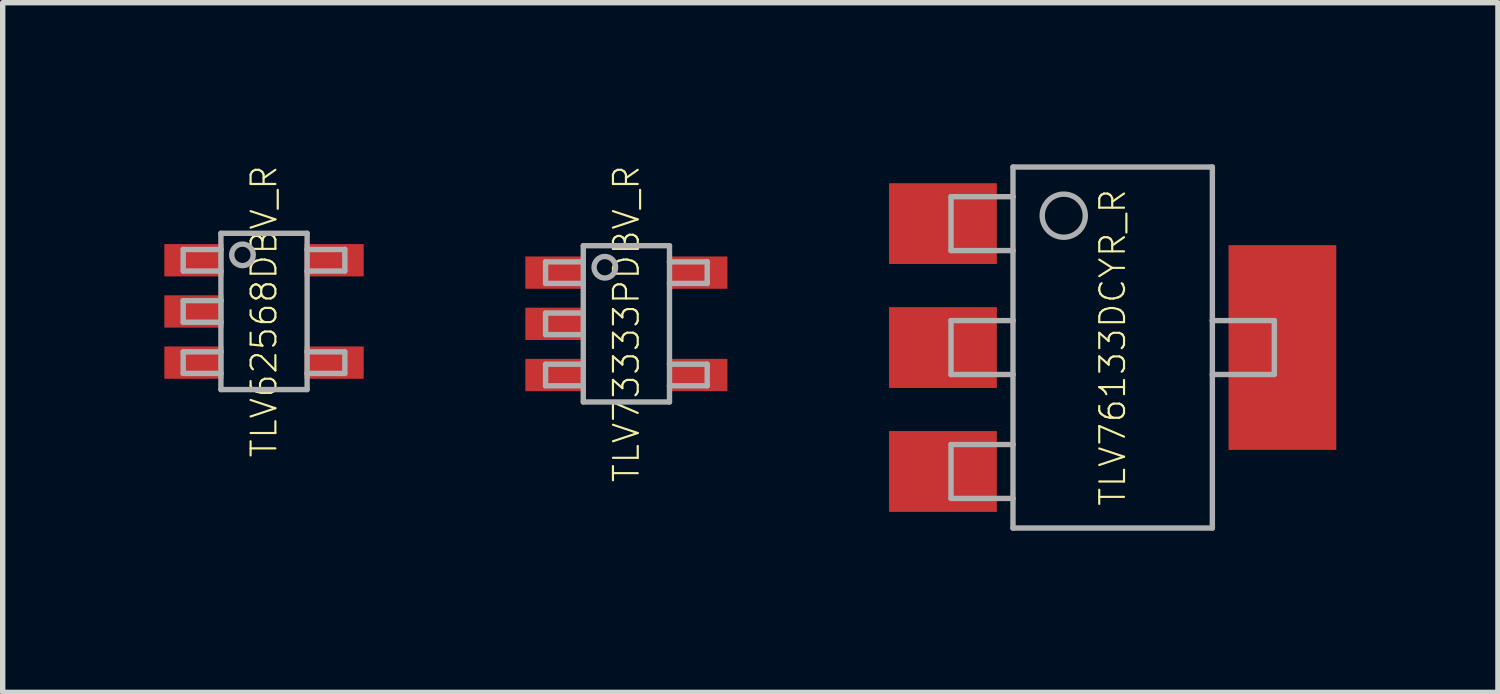
<source format=kicad_pcb>
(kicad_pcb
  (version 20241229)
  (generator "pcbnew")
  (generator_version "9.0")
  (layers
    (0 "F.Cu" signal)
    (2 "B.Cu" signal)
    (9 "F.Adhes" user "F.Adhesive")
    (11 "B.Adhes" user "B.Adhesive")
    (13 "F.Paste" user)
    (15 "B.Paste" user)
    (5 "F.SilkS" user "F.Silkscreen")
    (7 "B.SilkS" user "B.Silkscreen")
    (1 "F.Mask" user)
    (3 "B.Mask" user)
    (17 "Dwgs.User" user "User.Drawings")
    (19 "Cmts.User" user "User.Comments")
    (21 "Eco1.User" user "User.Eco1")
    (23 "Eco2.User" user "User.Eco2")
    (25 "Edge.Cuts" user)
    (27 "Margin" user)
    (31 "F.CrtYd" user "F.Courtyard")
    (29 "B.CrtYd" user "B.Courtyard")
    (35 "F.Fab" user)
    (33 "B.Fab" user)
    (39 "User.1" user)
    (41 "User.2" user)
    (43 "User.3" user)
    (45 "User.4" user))
  (footprint "TLV76133DCYR_R"
    (layer "F.Cu")
    (at 17.6 3.4)
    (property "Reference" "TLV76133DCYR_R" (at 0 0 90) (unlocked yes) (layer "F.SilkS") (effects (font (size 0.46 0.46) (thickness 0.04))))
    (fp_poly (pts (xy -2.15 -1.55) (xy -4.15 -1.55) (xy -4.15 -3.05) (xy -2.15 -3.05)) (stroke (width 0) (type default)) (fill yes) (layer "F.Paste"))
    (fp_poly (pts (xy -2.15 0.75) (xy -4.15 0.75) (xy -4.15 -0.75) (xy -2.15 -0.75)) (stroke (width 0) (type default)) (fill yes) (layer "F.Paste"))
    (fp_poly (pts (xy -2.15 3.05) (xy -4.15 3.05) (xy -4.15 1.55) (xy -2.15 1.55)) (stroke (width 0) (type default)) (fill yes) (layer "F.Paste"))
    (fp_poly (pts (xy 4.15 1.9) (xy 2.15 1.9) (xy 2.15 -1.9) (xy 4.15 -1.9)) (stroke (width 0) (type default)) (fill yes) (layer "F.Paste"))
    (fp_line (start -3 -2.8) (end -3 -1.8) (stroke (width 0.1) (type solid)) (layer "F.Fab"))
    (fp_line (start -3 -1.8) (end -1.85 -1.8) (stroke (width 0.1) (type solid)) (layer "F.Fab"))
    (fp_line (start -3 -0.5) (end -3 0.5) (stroke (width 0.1) (type solid)) (layer "F.Fab"))
    (fp_line (start -3 1.8) (end -3 2.8) (stroke (width 0.1) (type solid)) (layer "F.Fab"))
    (fp_line (start -1.85 -3.35) (end 1.85 -3.35) (stroke (width 0.1) (type solid)) (layer "F.Fab"))
    (fp_line (start -1.85 -2.8) (end -3 -2.8) (stroke (width 0.1) (type solid)) (layer "F.Fab"))
    (fp_line (start -1.85 -2.8) (end -1.85 -3.35) (stroke (width 0.1) (type solid)) (layer "F.Fab"))
    (fp_line (start -1.85 -1.8) (end -1.85 -2.8) (stroke (width 0.1) (type solid)) (layer "F.Fab"))
    (fp_line (start -1.85 -0.5) (end -3 -0.5) (stroke (width 0.1) (type solid)) (layer "F.Fab"))
    (fp_line (start -1.85 -0.5) (end -1.85 -1.8) (stroke (width 0.1) (type solid)) (layer "F.Fab"))
    (fp_line (start -1.85 0.5) (end -3 0.5) (stroke (width 0.1) (type solid)) (layer "F.Fab"))
    (fp_line (start -1.85 0.5) (end -1.85 -0.5) (stroke (width 0.1) (type solid)) (layer "F.Fab"))
    (fp_line (start -1.85 1.8) (end -3 1.8) (stroke (width 0.1) (type solid)) (layer "F.Fab"))
    (fp_line (start -1.85 1.8) (end -1.85 0.5) (stroke (width 0.1) (type solid)) (layer "F.Fab"))
    (fp_line (start -1.85 2.8) (end -3 2.8) (stroke (width 0.1) (type solid)) (layer "F.Fab"))
    (fp_line (start -1.85 2.8) (end -1.85 1.8) (stroke (width 0.1) (type solid)) (layer "F.Fab"))
    (fp_line (start -1.85 3.35) (end -1.85 2.8) (stroke (width 0.1) (type solid)) (layer "F.Fab"))
    (fp_line (start 1.85 -3.35) (end 1.85 -0.5) (stroke (width 0.1) (type solid)) (layer "F.Fab"))
    (fp_line (start 1.85 -0.5) (end 1.85 0.5) (stroke (width 0.1) (type solid)) (layer "F.Fab"))
    (fp_line (start 1.85 0.5) (end 1.85 3.35) (stroke (width 0.1) (type solid)) (layer "F.Fab"))
    (fp_line (start 1.85 3.35) (end -1.85 3.35) (stroke (width 0.1) (type solid)) (layer "F.Fab"))
    (fp_line (start 3 -0.5) (end 1.85 -0.5) (stroke (width 0.1) (type solid)) (layer "F.Fab"))
    (fp_line (start 3 -0.5) (end 3 0.5) (stroke (width 0.1) (type solid)) (layer "F.Fab"))
    (fp_line (start 3 0.5) (end 1.85 0.5) (stroke (width 0.1) (type solid)) (layer "F.Fab"))
    (fp_circle (center -0.908 -2.447) (end -0.508 -2.447) (stroke (width 0.1) (type solid)) (fill no) (layer "F.Fab"))
    (pad "1" smd rect (at -3.15 -2.3) (size 2 1.5) (layers "F.Cu" "F.Mask"))
    (pad "2" smd rect (at -3.15 0) (size 2 1.5) (layers "F.Cu" "F.Mask"))
    (pad "3" smd rect (at -3.15 2.3) (size 2 1.5) (layers "F.Cu" "F.Mask"))
    (pad "4" smd rect (at 3.15 0) (size 2 3.8) (layers "F.Cu" "F.Mask")))
  (footprint "TLV73333PDBV_R"
    (layer "F.Cu")
    (at 8.575 2.96)
    (property "Reference" "TLV73333PDBV_R" (at 0 0 90) (unlocked yes) (layer "F.SilkS") (effects (font (size 0.46 0.46) (thickness 0.04))))
    (fp_poly (pts (xy -0.825 -0.65) (xy -1.875 -0.65) (xy -1.875 -1.25) (xy -0.825 -1.25)) (stroke (width 0) (type default)) (fill yes) (layer "F.Paste"))
    (fp_poly (pts (xy -0.825 0.3) (xy -1.875 0.3) (xy -1.875 -0.3) (xy -0.825 -0.3)) (stroke (width 0) (type default)) (fill yes) (layer "F.Paste"))
    (fp_poly (pts (xy -0.825 1.25) (xy -1.875 1.25) (xy -1.875 0.65) (xy -0.825 0.65)) (stroke (width 0) (type default)) (fill yes) (layer "F.Paste"))
    (fp_poly (pts (xy 1.875 -0.65) (xy 0.825 -0.65) (xy 0.825 -1.25) (xy 1.875 -1.25)) (stroke (width 0) (type default)) (fill yes) (layer "F.Paste"))
    (fp_poly (pts (xy 1.875 1.25) (xy 0.825 1.25) (xy 0.825 0.65) (xy 1.875 0.65)) (stroke (width 0) (type default)) (fill yes) (layer "F.Paste"))
    (fp_line (start -1.5 -1.15) (end -1.5 -0.75) (stroke (width 0.1) (type solid)) (layer "F.Fab"))
    (fp_line (start -1.5 -0.75) (end -0.8 -0.75) (stroke (width 0.1) (type solid)) (layer "F.Fab"))
    (fp_line (start -1.5 -0.2) (end -1.5 0.2) (stroke (width 0.1) (type solid)) (layer "F.Fab"))
    (fp_line (start -1.5 0.75) (end -1.5 1.15) (stroke (width 0.1) (type solid)) (layer "F.Fab"))
    (fp_line (start -0.8 -1.45) (end 0.8 -1.45) (stroke (width 0.1) (type solid)) (layer "F.Fab"))
    (fp_line (start -0.8 -1.15) (end -1.5 -1.15) (stroke (width 0.1) (type solid)) (layer "F.Fab"))
    (fp_line (start -0.8 -1.15) (end -0.8 -1.45) (stroke (width 0.1) (type solid)) (layer "F.Fab"))
    (fp_line (start -0.8 -0.75) (end -0.8 -1.15) (stroke (width 0.1) (type solid)) (layer "F.Fab"))
    (fp_line (start -0.8 -0.2) (end -1.5 -0.2) (stroke (width 0.1) (type solid)) (layer "F.Fab"))
    (fp_line (start -0.8 -0.2) (end -0.8 -0.75) (stroke (width 0.1) (type solid)) (layer "F.Fab"))
    (fp_line (start -0.8 0.2) (end -1.5 0.2) (stroke (width 0.1) (type solid)) (layer "F.Fab"))
    (fp_line (start -0.8 0.2) (end -0.8 -0.2) (stroke (width 0.1) (type solid)) (layer "F.Fab"))
    (fp_line (start -0.8 0.75) (end -1.5 0.75) (stroke (width 0.1) (type solid)) (layer "F.Fab"))
    (fp_line (start -0.8 0.75) (end -0.8 0.2) (stroke (width 0.1) (type solid)) (layer "F.Fab"))
    (fp_line (start -0.8 1.15) (end -1.5 1.15) (stroke (width 0.1) (type solid)) (layer "F.Fab"))
    (fp_line (start -0.8 1.15) (end -0.8 0.75) (stroke (width 0.1) (type solid)) (layer "F.Fab"))
    (fp_line (start -0.8 1.45) (end -0.8 1.15) (stroke (width 0.1) (type solid)) (layer "F.Fab"))
    (fp_line (start 0.8 -1.45) (end 0.8 -1.15) (stroke (width 0.1) (type solid)) (layer "F.Fab"))
    (fp_line (start 0.8 -1.15) (end 0.8 -0.75) (stroke (width 0.1) (type solid)) (layer "F.Fab"))
    (fp_line (start 0.8 -0.75) (end 0.8 0.75) (stroke (width 0.1) (type solid)) (layer "F.Fab"))
    (fp_line (start 0.8 0.75) (end 0.8 1.15) (stroke (width 0.1) (type solid)) (layer "F.Fab"))
    (fp_line (start 0.8 1.15) (end 0.8 1.45) (stroke (width 0.1) (type solid)) (layer "F.Fab"))
    (fp_line (start 0.8 1.45) (end -0.8 1.45) (stroke (width 0.1) (type solid)) (layer "F.Fab"))
    (fp_line (start 1.5 -1.15) (end 0.8 -1.15) (stroke (width 0.1) (type solid)) (layer "F.Fab"))
    (fp_line (start 1.5 -1.15) (end 1.5 -0.75) (stroke (width 0.1) (type solid)) (layer "F.Fab"))
    (fp_line (start 1.5 -0.75) (end 0.8 -0.75) (stroke (width 0.1) (type solid)) (layer "F.Fab"))
    (fp_line (start 1.5 0.75) (end 0.8 0.75) (stroke (width 0.1) (type solid)) (layer "F.Fab"))
    (fp_line (start 1.5 0.75) (end 1.5 1.15) (stroke (width 0.1) (type solid)) (layer "F.Fab"))
    (fp_line (start 1.5 1.15) (end 0.8 1.15) (stroke (width 0.1) (type solid)) (layer "F.Fab"))
    (fp_circle (center -0.4 -1.05) (end -0.2 -1.05) (stroke (width 0.1) (type solid)) (fill no) (layer "F.Fab"))
    (pad "1" smd rect (at -1.35 -0.95) (size 1.05 0.6) (layers "F.Cu" "F.Mask"))
    (pad "2" smd rect (at -1.35 0) (size 1.05 0.6) (layers "F.Cu" "F.Mask"))
    (pad "3" smd rect (at -1.35 0.95) (size 1.05 0.6) (layers "F.Cu" "F.Mask"))
    (pad "4" smd rect (at 1.35 0.95) (size 1.05 0.6) (layers "F.Cu" "F.Mask"))
    (pad "5" smd rect (at 1.35 -0.95) (size 1.05 0.6) (layers "F.Cu" "F.Mask")))
  (footprint "TLV62568DBV_R"
    (layer "F.Cu")
    (at 1.85 2.73)
    (property "Reference" "TLV62568DBV_R" (at 0 0 90) (unlocked yes) (layer "F.SilkS") (effects (font (size 0.46 0.46) (thickness 0.04))))
    (fp_line (start -1.5 -1.15) (end -1.5 -0.75) (stroke (width 0.1) (type solid)) (layer "F.Fab"))
    (fp_line (start -1.5 -0.75) (end -0.8 -0.75) (stroke (width 0.1) (type solid)) (layer "F.Fab"))
    (fp_line (start -1.5 -0.2) (end -1.5 0.2) (stroke (width 0.1) (type solid)) (layer "F.Fab"))
    (fp_line (start -1.5 0.75) (end -1.5 1.15) (stroke (width 0.1) (type solid)) (layer "F.Fab"))
    (fp_line (start -0.8 -1.45) (end 0.8 -1.45) (stroke (width 0.1) (type solid)) (layer "F.Fab"))
    (fp_line (start -0.8 -1.15) (end -1.5 -1.15) (stroke (width 0.1) (type solid)) (layer "F.Fab"))
    (fp_line (start -0.8 -1.15) (end -0.8 -1.45) (stroke (width 0.1) (type solid)) (layer "F.Fab"))
    (fp_line (start -0.8 -0.75) (end -0.8 -1.15) (stroke (width 0.1) (type solid)) (layer "F.Fab"))
    (fp_line (start -0.8 -0.2) (end -1.5 -0.2) (stroke (width 0.1) (type solid)) (layer "F.Fab"))
    (fp_line (start -0.8 -0.2) (end -0.8 -0.75) (stroke (width 0.1) (type solid)) (layer "F.Fab"))
    (fp_line (start -0.8 0.2) (end -1.5 0.2) (stroke (width 0.1) (type solid)) (layer "F.Fab"))
    (fp_line (start -0.8 0.2) (end -0.8 -0.2) (stroke (width 0.1) (type solid)) (layer "F.Fab"))
    (fp_line (start -0.8 0.75) (end -1.5 0.75) (stroke (width 0.1) (type solid)) (layer "F.Fab"))
    (fp_line (start -0.8 0.75) (end -0.8 0.2) (stroke (width 0.1) (type solid)) (layer "F.Fab"))
    (fp_line (start -0.8 1.15) (end -1.5 1.15) (stroke (width 0.1) (type solid)) (layer "F.Fab"))
    (fp_line (start -0.8 1.15) (end -0.8 0.75) (stroke (width 0.1) (type solid)) (layer "F.Fab"))
    (fp_line (start -0.8 1.45) (end -0.8 1.15) (stroke (width 0.1) (type solid)) (layer "F.Fab"))
    (fp_line (start 0.8 -1.45) (end 0.8 -1.15) (stroke (width 0.1) (type solid)) (layer "F.Fab"))
    (fp_line (start 0.8 -1.15) (end 0.8 -0.75) (stroke (width 0.1) (type solid)) (layer "F.Fab"))
    (fp_line (start 0.8 -0.75) (end 0.8 0.75) (stroke (width 0.1) (type solid)) (layer "F.Fab"))
    (fp_line (start 0.8 0.75) (end 0.8 1.15) (stroke (width 0.1) (type solid)) (layer "F.Fab"))
    (fp_line (start 0.8 1.15) (end 0.8 1.45) (stroke (width 0.1) (type solid)) (layer "F.Fab"))
    (fp_line (start 0.8 1.45) (end -0.8 1.45) (stroke (width 0.1) (type solid)) (layer "F.Fab"))
    (fp_line (start 1.5 -1.15) (end 0.8 -1.15) (stroke (width 0.1) (type solid)) (layer "F.Fab"))
    (fp_line (start 1.5 -1.15) (end 1.5 -0.75) (stroke (width 0.1) (type solid)) (layer "F.Fab"))
    (fp_line (start 1.5 -0.75) (end 0.8 -0.75) (stroke (width 0.1) (type solid)) (layer "F.Fab"))
    (fp_line (start 1.5 0.75) (end 0.8 0.75) (stroke (width 0.1) (type solid)) (layer "F.Fab"))
    (fp_line (start 1.5 0.75) (end 1.5 1.15) (stroke (width 0.1) (type solid)) (layer "F.Fab"))
    (fp_line (start 1.5 1.15) (end 0.8 1.15) (stroke (width 0.1) (type solid)) (layer "F.Fab"))
    (fp_circle (center -0.4 -1.05) (end -0.2 -1.05) (stroke (width 0.1) (type solid)) (fill no) (layer "F.Fab"))
    (pad "1" smd rect (at -1.3 -0.95) (size 1.1 0.6) (layers "F.Cu" "F.Mask" "F.Paste"))
    (pad "2" smd rect (at -1.3 0) (size 1.1 0.6) (layers "F.Cu" "F.Mask" "F.Paste"))
    (pad "3" smd rect (at -1.3 0.95) (size 1.1 0.6) (layers "F.Cu" "F.Mask" "F.Paste"))
    (pad "4" smd rect (at 1.3 0.95) (size 1.1 0.6) (layers "F.Cu" "F.Mask" "F.Paste"))
    (pad "5" smd rect (at 1.3 -0.95) (size 1.1 0.6) (layers "F.Cu" "F.Mask" "F.Paste")))
  (gr_rect
    (start -3 -3)
    (end 24.75 9.8)
    (stroke (width 0.1) (type default))
    (fill no)
    (layer "Edge.Cuts")))
</source>
